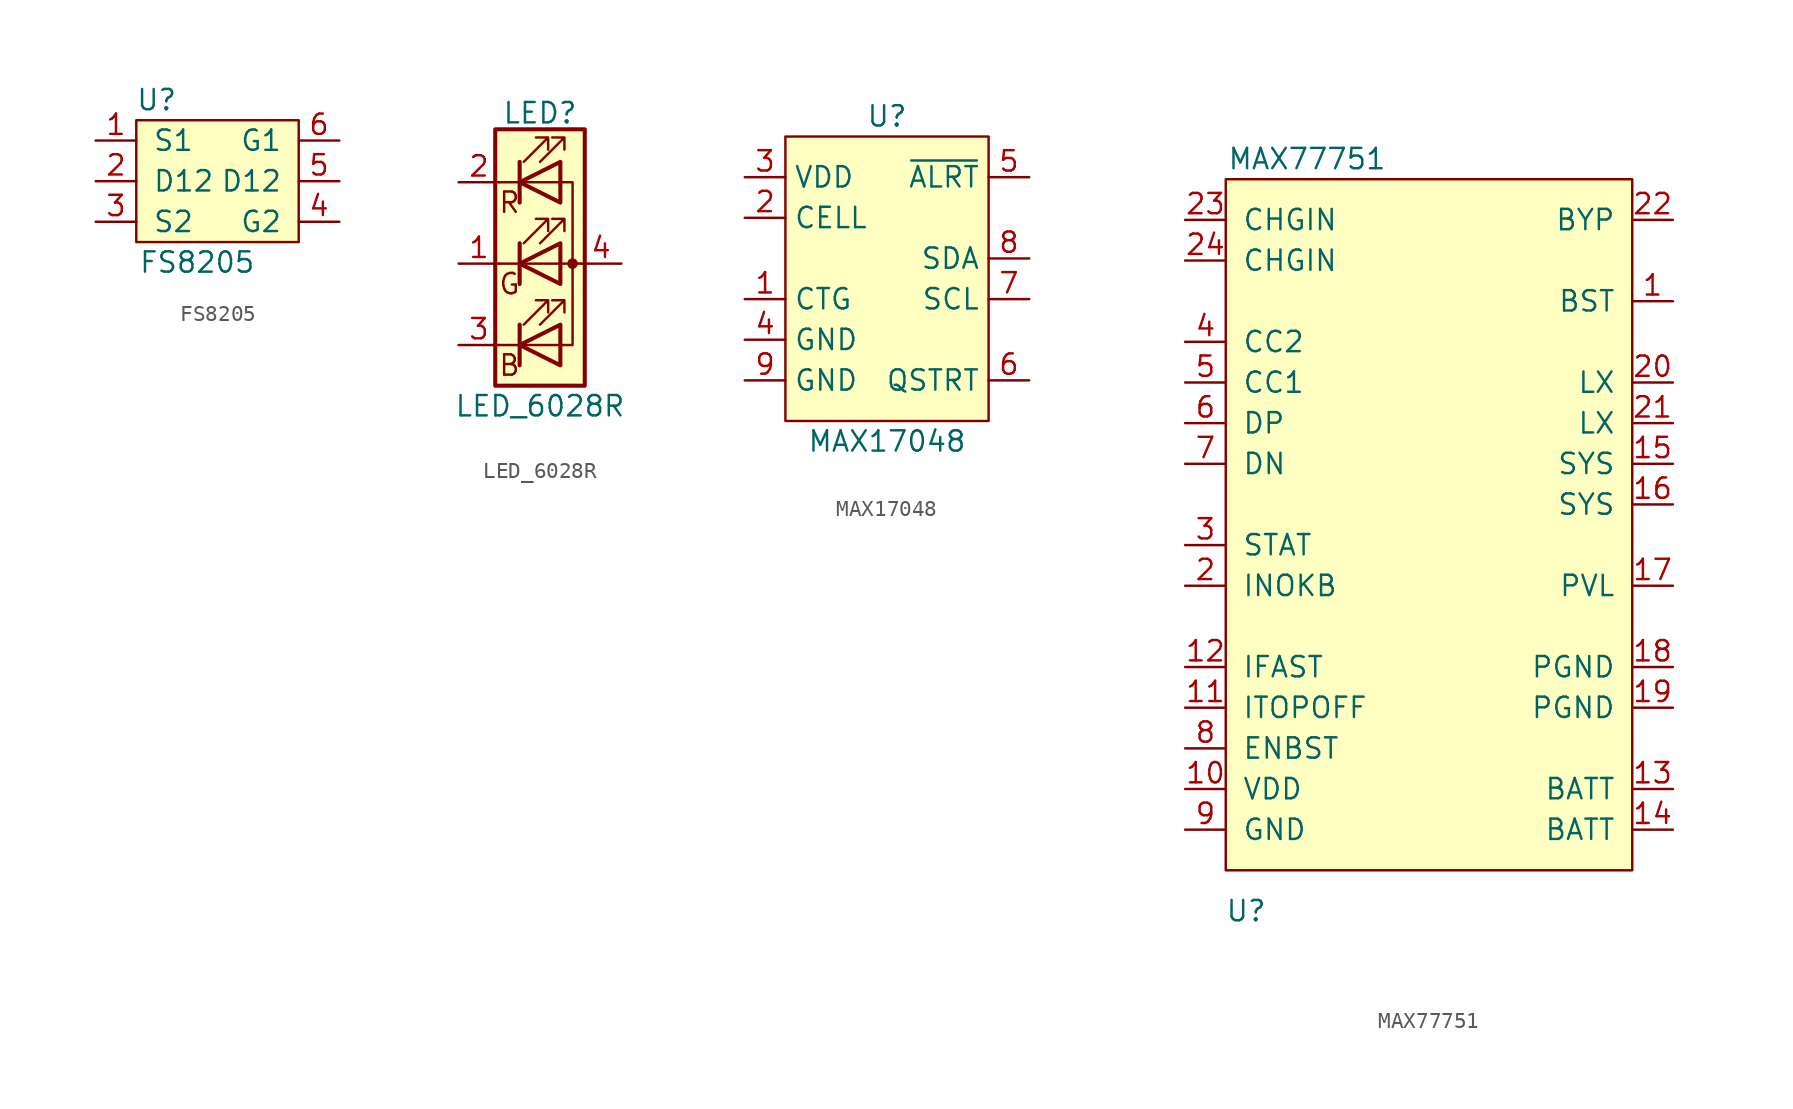
<source format=kicad_sym>
(kicad_symbol_lib
  (version 20211014)
  (generator kicad_symbol_editor)
  (symbol "FS8205"
    (pin_names
      (offset 1.016))
    (property "Reference" "U"
      (at -3.81 5.08 0)
      (effects (font (size 1.27 1.27))))
    (property "Value" "FS8205"
      (at -1.27 -5.08 0)
      (effects (font (size 1.27 1.27))))
    (symbol "FS8205_0_1"
      (rectangle (start -5.08 3.81) (end 5.08 -3.81) (stroke (width 0) (type default) (color 0 0 0 0)) (fill (type background))))
    (symbol "FS8205_1_1"
      (pin power_in line (at -7.62 2.54 0) (length 2.54) (name "S1" (effects (font (size 1.27 1.27)))) (number "1" (effects (font (size 1.27 1.27)))))
      (pin power_in line (at -7.62 0 0) (length 2.54) (name "D12" (effects (font (size 1.27 1.27)))) (number "2" (effects (font (size 1.27 1.27)))))
      (pin power_in line (at -7.62 -2.54 0) (length 2.54) (name "S2" (effects (font (size 1.27 1.27)))) (number "3" (effects (font (size 1.27 1.27)))))
      (pin input line (at 7.62 -2.54 180) (length 2.54) (name "G2" (effects (font (size 1.27 1.27)))) (number "4" (effects (font (size 1.27 1.27)))))
      (pin power_in line (at 7.62 0 180) (length 2.54) (name "D12" (effects (font (size 1.27 1.27)))) (number "5" (effects (font (size 1.27 1.27)))))
      (pin input line (at 7.62 2.54 180) (length 2.54) (name "G1" (effects (font (size 1.27 1.27)))) (number "6" (effects (font (size 1.27 1.27)))))))
  (symbol "LED_6028R"
    (pin_names
      (offset 0) hide)
    (property "Reference" "LED"
      (at 0 9.398 0)
      (effects (font (size 1.27 1.27))))
    (property "Value" "LED_6028R"
      (at 0 -8.89 0)
      (effects (font (size 1.27 1.27))))
    (symbol "LED_6028R_0_0"
      (text "B" (at -1.905 -6.35 0) (effects (font (size 1.27 1.27))))
      (text "G" (at -1.905 -1.27 0) (effects (font (size 1.27 1.27))))
      (text "R" (at -1.905 3.81 0) (effects (font (size 1.27 1.27)))))
    (symbol "LED_6028R_0_1"
      (polyline (pts (xy -1.27 -5.08) (xy -2.54 -5.08)) (stroke (width 0) (type default) (color 0 0 0 0)) (fill (type none)))
      (polyline (pts (xy -1.27 -5.08) (xy 1.27 -5.08)) (stroke (width 0) (type default) (color 0 0 0 0)) (fill (type none)))
      (polyline (pts (xy -1.27 -3.81) (xy -1.27 -6.35)) (stroke (width 0.254) (type default) (color 0 0 0 0)) (fill (type none)))
      (polyline (pts (xy -1.27 0) (xy -2.54 0)) (stroke (width 0) (type default) (color 0 0 0 0)) (fill (type none)))
      (polyline (pts (xy -1.27 1.27) (xy -1.27 -1.27)) (stroke (width 0.254) (type default) (color 0 0 0 0)) (fill (type none)))
      (polyline (pts (xy -1.27 5.08) (xy -2.54 5.08)) (stroke (width 0) (type default) (color 0 0 0 0)) (fill (type none)))
      (polyline (pts (xy -1.27 5.08) (xy 1.27 5.08)) (stroke (width 0) (type default) (color 0 0 0 0)) (fill (type none)))
      (polyline (pts (xy -1.27 6.35) (xy -1.27 3.81)) (stroke (width 0.254) (type default) (color 0 0 0 0)) (fill (type none)))
      (polyline (pts (xy 1.27 0) (xy -1.27 0)) (stroke (width 0) (type default) (color 0 0 0 0)) (fill (type none)))
      (polyline (pts (xy 1.27 0) (xy 2.54 0)) (stroke (width 0) (type default) (color 0 0 0 0)) (fill (type none)))
      (polyline (pts (xy -1.27 1.27) (xy -1.27 -1.27) (xy -1.27 -1.27)) (stroke (width 0) (type default) (color 0 0 0 0)) (fill (type none)))
      (polyline (pts (xy -1.27 6.35) (xy -1.27 3.81) (xy -1.27 3.81)) (stroke (width 0) (type default) (color 0 0 0 0)) (fill (type none)))
      (polyline (pts (xy 1.27 -5.08) (xy 2.032 -5.08) (xy 2.032 5.08) (xy 1.27 5.08)) (stroke (width 0) (type default) (color 0 0 0 0)) (fill (type none)))
      (polyline (pts (xy 1.27 -3.81) (xy 1.27 -6.35) (xy -1.27 -5.08) (xy 1.27 -3.81)) (stroke (width 0.254) (type default) (color 0 0 0 0)) (fill (type none)))
      (polyline (pts (xy 1.27 1.27) (xy 1.27 -1.27) (xy -1.27 0) (xy 1.27 1.27)) (stroke (width 0.254) (type default) (color 0 0 0 0)) (fill (type none)))
      (polyline (pts (xy 1.27 6.35) (xy 1.27 3.81) (xy -1.27 5.08) (xy 1.27 6.35)) (stroke (width 0.254) (type default) (color 0 0 0 0)) (fill (type none)))
      (polyline (pts (xy -1.016 -3.81) (xy 0.508 -2.286) (xy -0.254 -2.286) (xy 0.508 -2.286) (xy 0.508 -3.048)) (stroke (width 0) (type default) (color 0 0 0 0)) (fill (type none)))
      (polyline (pts (xy -1.016 1.27) (xy 0.508 2.794) (xy -0.254 2.794) (xy 0.508 2.794) (xy 0.508 2.032)) (stroke (width 0) (type default) (color 0 0 0 0)) (fill (type none)))
      (polyline (pts (xy -1.016 6.35) (xy 0.508 7.874) (xy -0.254 7.874) (xy 0.508 7.874) (xy 0.508 7.112)) (stroke (width 0) (type default) (color 0 0 0 0)) (fill (type none)))
      (polyline (pts (xy 0 -3.81) (xy 1.524 -2.286) (xy 0.762 -2.286) (xy 1.524 -2.286) (xy 1.524 -3.048)) (stroke (width 0) (type default) (color 0 0 0 0)) (fill (type none)))
      (polyline (pts (xy 0 1.27) (xy 1.524 2.794) (xy 0.762 2.794) (xy 1.524 2.794) (xy 1.524 2.032)) (stroke (width 0) (type default) (color 0 0 0 0)) (fill (type none)))
      (polyline (pts (xy 0 6.35) (xy 1.524 7.874) (xy 0.762 7.874) (xy 1.524 7.874) (xy 1.524 7.112)) (stroke (width 0) (type default) (color 0 0 0 0)) (fill (type none)))
      (rectangle (start 1.27 -1.27) (end 1.27 1.27) (stroke (width 0) (type default) (color 0 0 0 0)) (fill (type none)))
      (rectangle (start 1.27 1.27) (end 1.27 1.27) (stroke (width 0) (type default) (color 0 0 0 0)) (fill (type none)))
      (rectangle (start 1.27 3.81) (end 1.27 6.35) (stroke (width 0) (type default) (color 0 0 0 0)) (fill (type none)))
      (rectangle (start 1.27 6.35) (end 1.27 6.35) (stroke (width 0) (type default) (color 0 0 0 0)) (fill (type none)))
      (circle (center 2.032 0) (radius 0.254) (stroke (width 0) (type default) (color 0 0 0 0)) (fill (type outline)))
      (rectangle (start 2.794 8.382) (end -2.794 -7.62) (stroke (width 0.254) (type default) (color 0 0 0 0)) (fill (type background))))
    (symbol "LED_6028R_1_1"
      (pin passive line (at -5.08 0 0) (length 2.54) (name "GK" (effects (font (size 1.27 1.27)))) (number "1" (effects (font (size 1.27 1.27)))))
      (pin passive line (at -5.08 5.08 0) (length 2.54) (name "RK" (effects (font (size 1.27 1.27)))) (number "2" (effects (font (size 1.27 1.27)))))
      (pin passive line (at -5.08 -5.08 0) (length 2.54) (name "BK" (effects (font (size 1.27 1.27)))) (number "3" (effects (font (size 1.27 1.27)))))
      (pin passive line (at 5.08 0 180) (length 2.54) (name "A" (effects (font (size 1.27 1.27)))) (number "4" (effects (font (size 1.27 1.27)))))))
  (symbol "MAX17048"
    (property "Reference" "U"
      (at 0 10.16 0)
      (effects (font (size 1.27 1.27))))
    (property "Value" "MAX17048"
      (at 0 -10.16 0)
      (effects (font (size 1.27 1.27))))
    (symbol "MAX17048_0_0"
      (pin power_in line (at -8.89 -1.27 0) (length 2.54) (name "CTG" (effects (font (size 1.27 1.27)))) (number "1" (effects (font (size 1.27 1.27)))))
      (pin power_in line (at -8.89 3.81 0) (length 2.54) (name "CELL" (effects (font (size 1.27 1.27)))) (number "2" (effects (font (size 1.27 1.27)))))
      (pin power_in line (at -8.89 6.35 0) (length 2.54) (name "VDD" (effects (font (size 1.27 1.27)))) (number "3" (effects (font (size 1.27 1.27)))))
      (pin power_in line (at -8.89 -3.81 0) (length 2.54) (name "GND" (effects (font (size 1.27 1.27)))) (number "4" (effects (font (size 1.27 1.27)))))
      (pin open_collector line (at 8.89 6.35 180) (length 2.54) (name "~{ALRT}" (effects (font (size 1.27 1.27)))) (number "5" (effects (font (size 1.27 1.27)))))
      (pin input line (at 8.89 -6.35 180) (length 2.54) (name "QSTRT" (effects (font (size 1.27 1.27)))) (number "6" (effects (font (size 1.27 1.27)))))
      (pin bidirectional line (at 8.89 -1.27 180) (length 2.54) (name "SCL" (effects (font (size 1.27 1.27)))) (number "7" (effects (font (size 1.27 1.27)))))
      (pin bidirectional line (at 8.89 1.27 180) (length 2.54) (name "SDA" (effects (font (size 1.27 1.27)))) (number "8" (effects (font (size 1.27 1.27)))))
      (pin power_in line (at -8.89 -6.35 0) (length 2.54) (name "GND" (effects (font (size 1.27 1.27)))) (number "9" (effects (font (size 1.27 1.27))))))
    (symbol "MAX17048_0_1"
      (rectangle (start -6.35 8.89) (end 6.35 -8.89) (stroke (width 0.152) (type default) (color 0 0 0 0)) (fill (type background)))))
  (symbol "MAX77751"
    (pin_names
      (offset 1.016))
    (property "Reference" "U"
      (at -11.43 -27.94 0)
      (effects (font (size 1.27 1.27))))
    (property "Value" "MAX77751"
      (at -7.62 19.05 0)
      (effects (font (size 1.27 1.27))))
    (symbol "MAX77751_0_1"
      (rectangle (start -12.7 17.78) (end 12.7 -25.4) (stroke (width 0) (type default) (color 0 0 0 0)) (fill (type background))))
    (symbol "MAX77751_1_1"
      (pin power_out line (at 15.24 10.16 180) (length 2.54) (name "BST" (effects (font (size 1.27 1.27)))) (number "1" (effects (font (size 1.27 1.27)))))
      (pin power_out line (at -15.24 -20.32 0) (length 2.54) (name "VDD" (effects (font (size 1.27 1.27)))) (number "10" (effects (font (size 1.27 1.27)))))
      (pin input line (at -15.24 -15.24 0) (length 2.54) (name "ITOPOFF" (effects (font (size 1.27 1.27)))) (number "11" (effects (font (size 1.27 1.27)))))
      (pin input line (at -15.24 -12.7 0) (length 2.54) (name "IFAST" (effects (font (size 1.27 1.27)))) (number "12" (effects (font (size 1.27 1.27)))))
      (pin power_out line (at 15.24 -20.32 180) (length 2.54) (name "BATT" (effects (font (size 1.27 1.27)))) (number "13" (effects (font (size 1.27 1.27)))))
      (pin power_out line (at 15.24 -22.86 180) (length 2.54) (name "BATT" (effects (font (size 1.27 1.27)))) (number "14" (effects (font (size 1.27 1.27)))))
      (pin power_out line (at 15.24 0 180) (length 2.54) (name "SYS" (effects (font (size 1.27 1.27)))) (number "15" (effects (font (size 1.27 1.27)))))
      (pin power_out line (at 15.24 -2.54 180) (length 2.54) (name "SYS" (effects (font (size 1.27 1.27)))) (number "16" (effects (font (size 1.27 1.27)))))
      (pin power_in line (at 15.24 -7.62 180) (length 2.54) (name "PVL" (effects (font (size 1.27 1.27)))) (number "17" (effects (font (size 1.27 1.27)))))
      (pin power_in line (at 15.24 -12.7 180) (length 2.54) (name "PGND" (effects (font (size 1.27 1.27)))) (number "18" (effects (font (size 1.27 1.27)))))
      (pin power_in line (at 15.24 -15.24 180) (length 2.54) (name "PGND" (effects (font (size 1.27 1.27)))) (number "19" (effects (font (size 1.27 1.27)))))
      (pin open_collector line (at -15.24 -7.62 0) (length 2.54) (name "INOKB" (effects (font (size 1.27 1.27)))) (number "2" (effects (font (size 1.27 1.27)))))
      (pin power_out line (at 15.24 5.08 180) (length 2.54) (name "LX" (effects (font (size 1.27 1.27)))) (number "20" (effects (font (size 1.27 1.27)))))
      (pin power_out line (at 15.24 2.54 180) (length 2.54) (name "LX" (effects (font (size 1.27 1.27)))) (number "21" (effects (font (size 1.27 1.27)))))
      (pin power_in line (at 15.24 15.24 180) (length 2.54) (name "BYP" (effects (font (size 1.27 1.27)))) (number "22" (effects (font (size 1.27 1.27)))))
      (pin power_in line (at -15.24 15.24 0) (length 2.54) (name "CHGIN" (effects (font (size 1.27 1.27)))) (number "23" (effects (font (size 1.27 1.27)))))
      (pin power_in line (at -15.24 12.7 0) (length 2.54) (name "CHGIN" (effects (font (size 1.27 1.27)))) (number "24" (effects (font (size 1.27 1.27)))))
      (pin open_collector line (at -15.24 -5.08 0) (length 2.54) (name "STAT" (effects (font (size 1.27 1.27)))) (number "3" (effects (font (size 1.27 1.27)))))
      (pin input line (at -15.24 7.62 0) (length 2.54) (name "CC2" (effects (font (size 1.27 1.27)))) (number "4" (effects (font (size 1.27 1.27)))))
      (pin input line (at -15.24 5.08 0) (length 2.54) (name "CC1" (effects (font (size 1.27 1.27)))) (number "5" (effects (font (size 1.27 1.27)))))
      (pin bidirectional line (at -15.24 2.54 0) (length 2.54) (name "DP" (effects (font (size 1.27 1.27)))) (number "6" (effects (font (size 1.27 1.27)))))
      (pin bidirectional line (at -15.24 0 0) (length 2.54) (name "DN" (effects (font (size 1.27 1.27)))) (number "7" (effects (font (size 1.27 1.27)))))
      (pin input line (at -15.24 -17.78 0) (length 2.54) (name "ENBST" (effects (font (size 1.27 1.27)))) (number "8" (effects (font (size 1.27 1.27)))))
      (pin power_in line (at -15.24 -22.86 0) (length 2.54) (name "GND" (effects (font (size 1.27 1.27)))) (number "9" (effects (font (size 1.27 1.27))))))))
</source>
